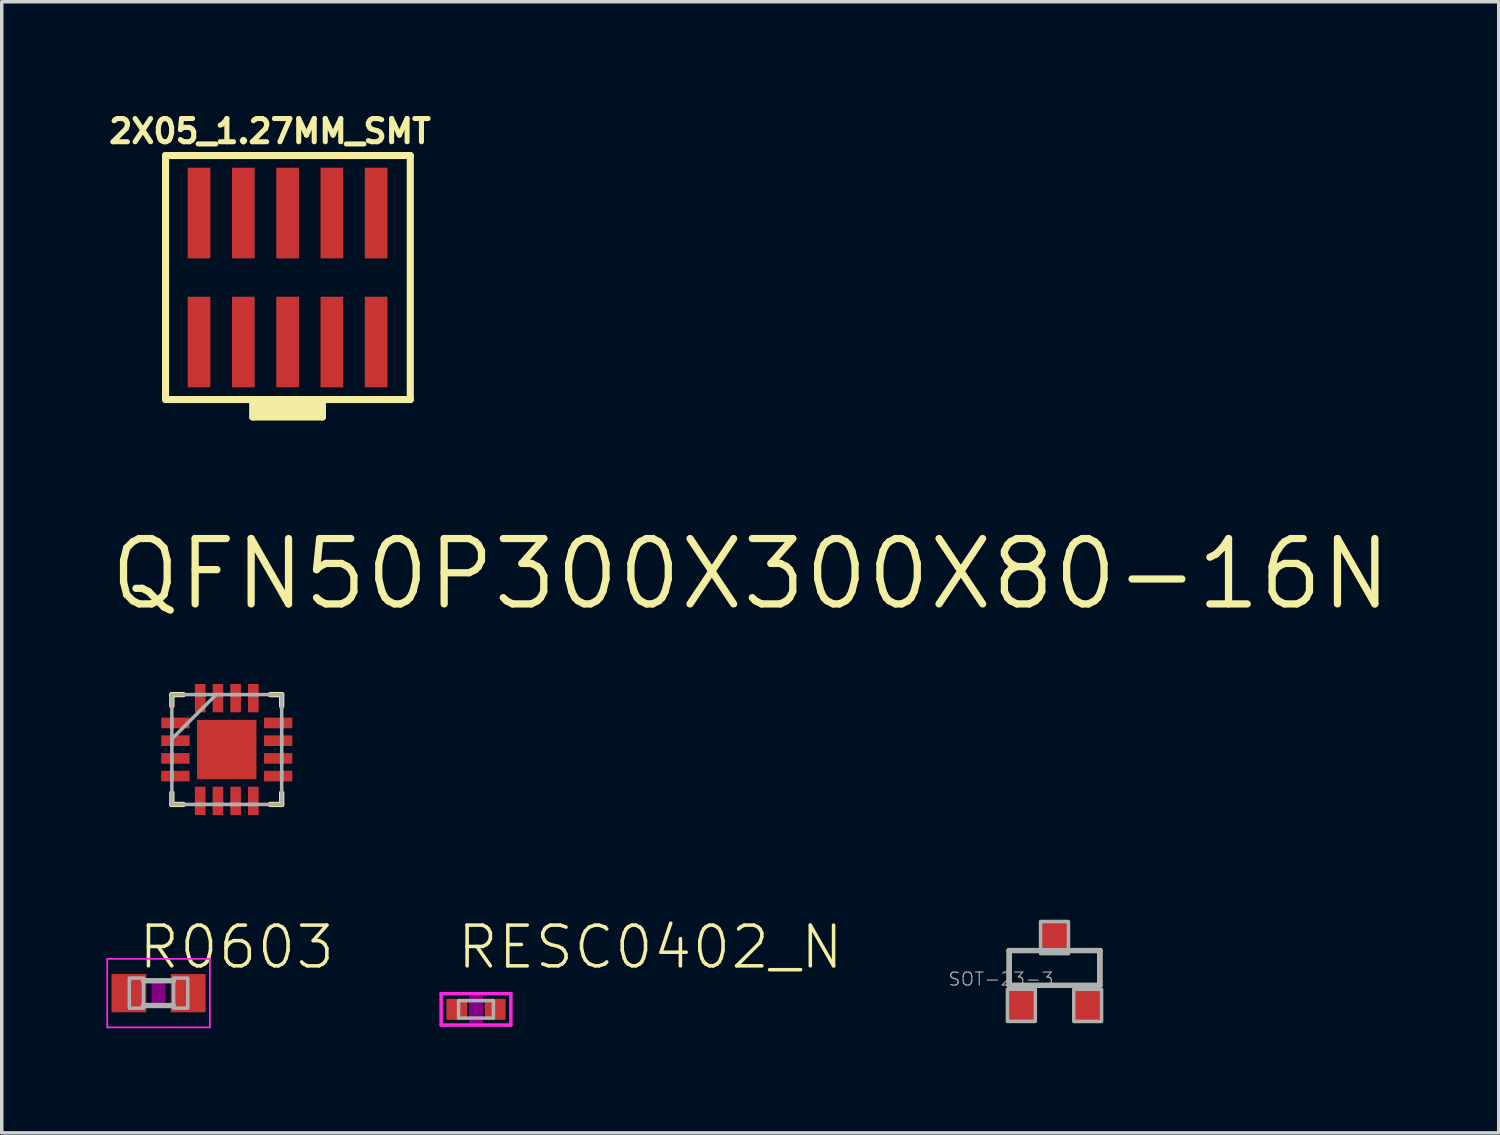
<source format=kicad_pcb>
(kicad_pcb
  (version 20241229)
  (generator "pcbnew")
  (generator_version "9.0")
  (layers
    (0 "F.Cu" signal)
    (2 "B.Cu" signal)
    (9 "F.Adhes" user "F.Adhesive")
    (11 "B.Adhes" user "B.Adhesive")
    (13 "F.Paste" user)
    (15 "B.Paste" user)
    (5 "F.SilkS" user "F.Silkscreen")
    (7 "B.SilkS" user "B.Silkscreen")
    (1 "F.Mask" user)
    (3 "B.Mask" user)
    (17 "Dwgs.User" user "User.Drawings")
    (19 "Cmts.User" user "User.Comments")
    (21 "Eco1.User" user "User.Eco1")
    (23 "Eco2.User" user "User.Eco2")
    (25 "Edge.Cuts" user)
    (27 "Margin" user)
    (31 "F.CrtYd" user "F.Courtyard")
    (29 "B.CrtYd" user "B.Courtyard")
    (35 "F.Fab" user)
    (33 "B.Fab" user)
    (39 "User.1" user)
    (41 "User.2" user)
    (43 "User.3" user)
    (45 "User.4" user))
  (footprint "2X05_1.27MM_SMT"
    (layer "F.Cu")
    (at 5.199 4.911)
    (property "Reference" "2X05_1.27MM_SMT" (at -5.199 -3.806 0) (layer "F.SilkS") (effects (font (size 0.666 0.666) (thickness 0.146)) (justify left bottom)))
    (fp_line (start -3.5 -3.5) (end 3.52 -3.5) (stroke (width 0.203) (type solid)) (layer "F.SilkS"))
    (fp_line (start -3.5 3.5) (end -3.5 -3.5) (stroke (width 0.203) (type solid)) (layer "F.SilkS"))
    (fp_line (start -1 3.5) (end -3.5 3.5) (stroke (width 0.203) (type solid)) (layer "F.SilkS"))
    (fp_line (start -1 3.5) (end -1 4) (stroke (width 0.203) (type solid)) (layer "F.SilkS"))
    (fp_line (start -1 4) (end 1 4) (stroke (width 0.203) (type solid)) (layer "F.SilkS"))
    (fp_line (start 1 3.5) (end -1 3.5) (stroke (width 0.203) (type solid)) (layer "F.SilkS"))
    (fp_line (start 1 4) (end 1 3.5) (stroke (width 0.203) (type solid)) (layer "F.SilkS"))
    (fp_line (start 3.52 -3.5) (end 3.52 3.5) (stroke (width 0.203) (type solid)) (layer "F.SilkS"))
    (fp_line (start 3.52 3.5) (end 1 3.5) (stroke (width 0.203) (type solid)) (layer "F.SilkS"))
    (fp_poly (pts (xy 1.079 4) (xy -1.079 4) (xy -1.079 3.493) (xy 1.079 3.493)) (stroke (width 0) (type solid)) (fill yes) (layer "F.SilkS"))
    (pad "1" smd rect (at -2.54 1.85) (size 0.65 2.6) (layers "F.Cu" "F.Mask" "F.Paste"))
    (pad "2" smd rect (at -2.54 -1.85) (size 0.65 2.6) (layers "F.Cu" "F.Mask" "F.Paste"))
    (pad "3" smd rect (at -1.27 1.85) (size 0.65 2.6) (layers "F.Cu" "F.Mask" "F.Paste"))
    (pad "4" smd rect (at -1.27 -1.85) (size 0.65 2.6) (layers "F.Cu" "F.Mask" "F.Paste"))
    (pad "5" smd rect (at 0 1.85) (size 0.65 2.6) (layers "F.Cu" "F.Mask" "F.Paste"))
    (pad "6" smd rect (at 0 -1.85) (size 0.65 2.6) (layers "F.Cu" "F.Mask" "F.Paste"))
    (pad "7" smd rect (at 1.27 1.85) (size 0.65 2.6) (layers "F.Cu" "F.Mask" "F.Paste"))
    (pad "8" smd rect (at 1.27 -1.85) (size 0.65 2.6) (layers "F.Cu" "F.Mask" "F.Paste"))
    (pad "9" smd rect (at 2.54 1.85) (size 0.65 2.6) (layers "F.Cu" "F.Mask" "F.Paste"))
    (pad "10" smd rect (at 2.54 -1.85) (size 0.65 2.6) (layers "F.Cu" "F.Mask" "F.Paste")))
  (footprint "SOT-23-3"
    (layer "F.Cu")
    (at 27.199 24.816)
    (property "Reference" "SOT-23-3" (at 0 0 0) (layer "F.Fab") (effects (font (size 0.374 0.374) (thickness 0.033)) (justify right top)))
    (fp_line (start -1.3 -0.6) (end -1.3 0.4) (stroke (width 0.15) (type solid)) (layer "F.SilkS"))
    (fp_line (start -1.3 0.4) (end 1.3 0.4) (stroke (width 0.15) (type solid)) (layer "F.SilkS"))
    (fp_line (start -0.5 -0.6) (end -1.3 -0.6) (stroke (width 0.15) (type solid)) (layer "F.SilkS"))
    (fp_line (start 1.3 -0.6) (end 0.5 -0.6) (stroke (width 0.15) (type solid)) (layer "F.SilkS"))
    (fp_line (start 1.3 0.4) (end 1.3 -0.6) (stroke (width 0.15) (type solid)) (layer "F.SilkS"))
    (fp_line (start -1.3 -0.6) (end -1.3 0.4) (stroke (width 0.15) (type solid)) (layer "F.Fab"))
    (fp_line (start -1.3 -0.6) (end 1.3 -0.6) (stroke (width 0.15) (type solid)) (layer "F.Fab"))
    (fp_line (start -1.3 0.4) (end 1.3 0.4) (stroke (width 0.15) (type solid)) (layer "F.Fab"))
    (fp_line (start 1.3 0.4) (end 1.3 -0.6) (stroke (width 0.15) (type solid)) (layer "F.Fab"))
    (fp_poly (pts (xy -1.351 1.431) (xy -0.55 1.431) (xy -0.55 0.51) (xy -1.351 0.51)) (stroke (width 0.1) (type solid)) (fill no) (layer "F.Fab"))
    (fp_poly (pts (xy -0.401 -0.511) (xy 0.4 -0.511) (xy 0.4 -1.43) (xy -0.401 -1.43)) (stroke (width 0.1) (type solid)) (fill no) (layer "F.Fab"))
    (fp_poly (pts (xy 0.551 1.432) (xy 1.35 1.432) (xy 1.35 0.51) (xy 0.551 0.51)) (stroke (width 0.1) (type solid)) (fill no) (layer "F.Fab"))
    (pad "1" smd rect (at -0.95 1 90) (size 0.972 0.802) (layers "F.Cu" "F.Mask" "F.Paste"))
    (pad "2" smd rect (at 0.95 1 90) (size 0.972 0.802) (layers "F.Cu" "F.Mask" "F.Paste"))
    (pad "3" smd rect (at 0 -1 90) (size 0.972 0.802) (layers "F.Cu" "F.Mask" "F.Paste")))
  (footprint "RESC0402_N"
    (layer "F.Cu")
    (at 10.604 25.903)
    (property "Reference" "RESC0402_N" (at -0.6 -1.1 0) (layer "F.SilkS") (effects (font (size 1.168 1.168) (thickness 0.102)) (justify left bottom)))
    (fp_poly (pts (xy -0.2 0.4) (xy 0.2 0.4) (xy 0.2 -0.4) (xy -0.2 -0.4)) (stroke (width 0) (type solid)) (fill yes) (layer "F.Adhes"))
    (fp_line (start -1 -0.45) (end -1 0.45) (stroke (width 0.1) (type solid)) (layer "F.CrtYd"))
    (fp_line (start -1 0.45) (end 1 0.45) (stroke (width 0.1) (type solid)) (layer "F.CrtYd"))
    (fp_line (start 1 -0.45) (end -1 -0.45) (stroke (width 0.1) (type solid)) (layer "F.CrtYd"))
    (fp_line (start 1 0.45) (end 1 -0.45) (stroke (width 0.1) (type solid)) (layer "F.CrtYd"))
    (fp_line (start -0.5 -0.25) (end 0.5 -0.25) (stroke (width 0.1) (type solid)) (layer "F.Fab"))
    (fp_line (start -0.5 0.25) (end -0.5 -0.25) (stroke (width 0.1) (type solid)) (layer "F.Fab"))
    (fp_line (start 0.5 -0.25) (end 0.5 0.25) (stroke (width 0.1) (type solid)) (layer "F.Fab"))
    (fp_line (start 0.5 0.25) (end -0.5 0.25) (stroke (width 0.1) (type solid)) (layer "F.Fab"))
    (pad "1" smd rect (at -0.55 0) (size 0.6 0.6) (layers "F.Cu" "F.Mask" "F.Paste"))
    (pad "2" smd rect (at 0.55 0) (size 0.6 0.6) (layers "F.Cu" "F.Mask" "F.Paste")))
  (footprint "QFN50P300X300X80-16N"
    (layer "F.Cu")
    (at 3.455 18.45)
    (property "Reference" "QFN50P300X300X80-16N" (at -3.455 -3.937 0) (layer "F.SilkS") (effects (font (size 1.875 1.875) (thickness 0.208)) (justify left bottom)))
    (fp_line (start -1.575 -1.575) (end -1.575 -1.245) (stroke (width 0.152) (type solid)) (layer "F.SilkS"))
    (fp_line (start -1.575 1.245) (end -1.575 1.575) (stroke (width 0.152) (type solid)) (layer "F.SilkS"))
    (fp_line (start -1.575 1.575) (end -1.245 1.575) (stroke (width 0.152) (type solid)) (layer "F.SilkS"))
    (fp_line (start -1.245 -1.575) (end -1.575 -1.575) (stroke (width 0.152) (type solid)) (layer "F.SilkS"))
    (fp_line (start 1.245 1.575) (end 1.575 1.575) (stroke (width 0.152) (type solid)) (layer "F.SilkS"))
    (fp_line (start 1.575 -1.575) (end 1.245 -1.575) (stroke (width 0.152) (type solid)) (layer "F.SilkS"))
    (fp_line (start 1.575 -1.245) (end 1.575 -1.575) (stroke (width 0.152) (type solid)) (layer "F.SilkS"))
    (fp_line (start 1.575 1.575) (end 1.575 1.245) (stroke (width 0.152) (type solid)) (layer "F.SilkS"))
    (fp_line (start -1.575 -1.575) (end -1.575 1.575) (stroke (width 0.1) (type solid)) (layer "F.Fab"))
    (fp_line (start -1.575 -0.889) (end -1.575 -0.61) (stroke (width 0.1) (type solid)) (layer "F.Fab"))
    (fp_line (start -1.575 -0.406) (end -1.575 -0.102) (stroke (width 0.1) (type solid)) (layer "F.Fab"))
    (fp_line (start -1.575 -0.305) (end -0.305 -1.575) (stroke (width 0.1) (type solid)) (layer "F.Fab"))
    (fp_line (start -1.575 0.102) (end -1.575 0.406) (stroke (width 0.1) (type solid)) (layer "F.Fab"))
    (fp_line (start -1.575 0.61) (end -1.575 0.889) (stroke (width 0.1) (type solid)) (layer "F.Fab"))
    (fp_line (start -1.575 1.575) (end 1.575 1.575) (stroke (width 0.1) (type solid)) (layer "F.Fab"))
    (fp_line (start -0.889 1.575) (end -0.61 1.575) (stroke (width 0.1) (type solid)) (layer "F.Fab"))
    (fp_line (start -0.61 -1.575) (end -0.889 -1.575) (stroke (width 0.1) (type solid)) (layer "F.Fab"))
    (fp_line (start -0.406 1.575) (end -0.102 1.575) (stroke (width 0.1) (type solid)) (layer "F.Fab"))
    (fp_line (start -0.102 -1.575) (end -0.406 -1.575) (stroke (width 0.1) (type solid)) (layer "F.Fab"))
    (fp_line (start 0.102 1.575) (end 0.406 1.575) (stroke (width 0.1) (type solid)) (layer "F.Fab"))
    (fp_line (start 0.406 -1.575) (end 0.102 -1.575) (stroke (width 0.1) (type solid)) (layer "F.Fab"))
    (fp_line (start 0.61 1.575) (end 0.889 1.575) (stroke (width 0.1) (type solid)) (layer "F.Fab"))
    (fp_line (start 0.889 -1.575) (end 0.61 -1.575) (stroke (width 0.1) (type solid)) (layer "F.Fab"))
    (fp_line (start 1.575 -1.575) (end -1.575 -1.575) (stroke (width 0.1) (type solid)) (layer "F.Fab"))
    (fp_line (start 1.575 -0.61) (end 1.575 -0.889) (stroke (width 0.1) (type solid)) (layer "F.Fab"))
    (fp_line (start 1.575 -0.102) (end 1.575 -0.406) (stroke (width 0.1) (type solid)) (layer "F.Fab"))
    (fp_line (start 1.575 0.406) (end 1.575 0.102) (stroke (width 0.1) (type solid)) (layer "F.Fab"))
    (fp_line (start 1.575 0.889) (end 1.575 0.61) (stroke (width 0.1) (type solid)) (layer "F.Fab"))
    (fp_line (start 1.575 1.575) (end 1.575 -1.575) (stroke (width 0.1) (type solid)) (layer "F.Fab"))
    (pad "1" smd rect (at -1.473 -0.762 270) (size 0.305 0.813) (layers "F.Cu" "F.Mask" "F.Paste"))
    (pad "2" smd rect (at -1.473 -0.254 270) (size 0.305 0.813) (layers "F.Cu" "F.Mask" "F.Paste"))
    (pad "3" smd rect (at -1.473 0.254 270) (size 0.305 0.813) (layers "F.Cu" "F.Mask" "F.Paste"))
    (pad "4" smd rect (at -1.473 0.762 270) (size 0.305 0.813) (layers "F.Cu" "F.Mask" "F.Paste"))
    (pad "5" smd rect (at -0.762 1.473 180) (size 0.305 0.813) (layers "F.Cu" "F.Mask" "F.Paste"))
    (pad "6" smd rect (at -0.254 1.473 180) (size 0.305 0.813) (layers "F.Cu" "F.Mask" "F.Paste"))
    (pad "7" smd rect (at 0.254 1.473 180) (size 0.305 0.813) (layers "F.Cu" "F.Mask" "F.Paste"))
    (pad "8" smd rect (at 0.762 1.473 180) (size 0.305 0.813) (layers "F.Cu" "F.Mask" "F.Paste"))
    (pad "9" smd rect (at 1.473 0.762 270) (size 0.305 0.813) (layers "F.Cu" "F.Mask" "F.Paste"))
    (pad "10" smd rect (at 1.473 0.254 270) (size 0.305 0.813) (layers "F.Cu" "F.Mask" "F.Paste"))
    (pad "11" smd rect (at 1.473 -0.254 270) (size 0.305 0.813) (layers "F.Cu" "F.Mask" "F.Paste"))
    (pad "12" smd rect (at 1.473 -0.762 270) (size 0.305 0.813) (layers "F.Cu" "F.Mask" "F.Paste"))
    (pad "13" smd rect (at 0.762 -1.473 180) (size 0.305 0.813) (layers "F.Cu" "F.Mask" "F.Paste"))
    (pad "14" smd rect (at 0.254 -1.473 180) (size 0.305 0.813) (layers "F.Cu" "F.Mask" "F.Paste"))
    (pad "15" smd rect (at -0.254 -1.473 180) (size 0.305 0.813) (layers "F.Cu" "F.Mask" "F.Paste"))
    (pad "16" smd rect (at -0.762 -1.473 180) (size 0.305 0.813) (layers "F.Cu" "F.Mask" "F.Paste"))
    (pad "17" smd rect (at 0 0) (size 1.702 1.702) (layers "F.Cu" "F.Mask" "F.Paste")))
  (footprint "R0603"
    (layer "F.Cu")
    (at 1.498 25.438)
    (property "Reference" "R0603" (at -0.635 -0.635 0) (layer "F.SilkS") (effects (font (size 1.168 1.168) (thickness 0.102)) (justify left bottom)))
    (fp_poly (pts (xy -0.2 0.4) (xy 0.2 0.4) (xy 0.2 -0.4) (xy -0.2 -0.4)) (stroke (width 0) (type solid)) (fill yes) (layer "F.Adhes"))
    (fp_line (start -1.473 -0.983) (end 1.473 -0.983) (stroke (width 0.051) (type solid)) (layer "F.CrtYd"))
    (fp_line (start -1.473 0.983) (end -1.473 -0.983) (stroke (width 0.051) (type solid)) (layer "F.CrtYd"))
    (fp_line (start 1.473 -0.983) (end 1.473 0.983) (stroke (width 0.051) (type solid)) (layer "F.CrtYd"))
    (fp_line (start 1.473 0.983) (end -1.473 0.983) (stroke (width 0.051) (type solid)) (layer "F.CrtYd"))
    (fp_line (start -0.432 0.356) (end 0.432 0.356) (stroke (width 0.152) (type solid)) (layer "F.Fab"))
    (fp_line (start 0.432 -0.356) (end -0.432 -0.356) (stroke (width 0.152) (type solid)) (layer "F.Fab"))
    (fp_poly (pts (xy -0.838 0.432) (xy -0.432 0.432) (xy -0.432 -0.432) (xy -0.838 -0.432)) (stroke (width 0.1) (type solid)) (fill no) (layer "F.Fab"))
    (fp_poly (pts (xy 0.432 0.432) (xy 0.838 0.432) (xy 0.838 -0.432) (xy 0.432 -0.432)) (stroke (width 0.1) (type solid)) (fill no) (layer "F.Fab"))
    (pad "1" smd rect (at -0.85 0) (size 1 1.1) (layers "F.Cu" "F.Mask" "F.Paste"))
    (pad "2" smd rect (at 0.85 0) (size 1 1.1) (layers "F.Cu" "F.Mask" "F.Paste")))
  (gr_rect
    (start -3 -3)
    (end 39.941 29.446)
    (stroke (width 0.1) (type default))
    (fill no)
    (layer "Edge.Cuts")))
</source>
